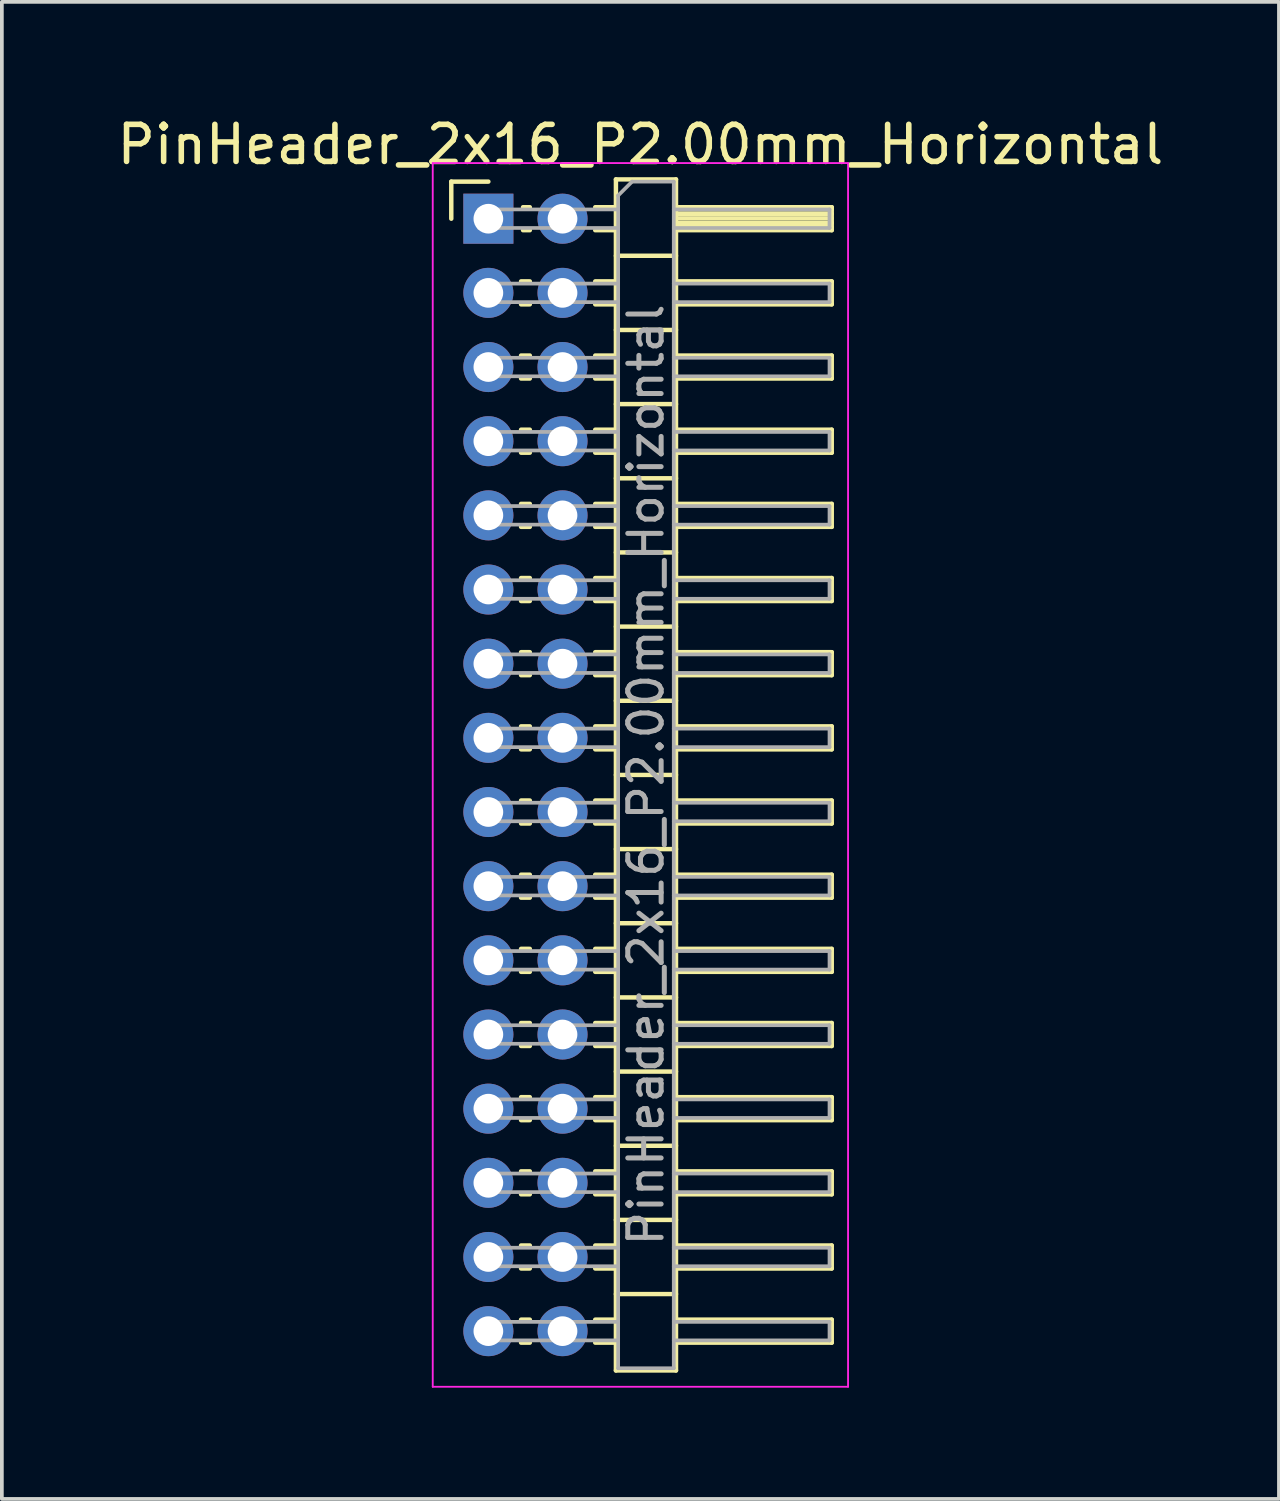
<source format=kicad_pcb>
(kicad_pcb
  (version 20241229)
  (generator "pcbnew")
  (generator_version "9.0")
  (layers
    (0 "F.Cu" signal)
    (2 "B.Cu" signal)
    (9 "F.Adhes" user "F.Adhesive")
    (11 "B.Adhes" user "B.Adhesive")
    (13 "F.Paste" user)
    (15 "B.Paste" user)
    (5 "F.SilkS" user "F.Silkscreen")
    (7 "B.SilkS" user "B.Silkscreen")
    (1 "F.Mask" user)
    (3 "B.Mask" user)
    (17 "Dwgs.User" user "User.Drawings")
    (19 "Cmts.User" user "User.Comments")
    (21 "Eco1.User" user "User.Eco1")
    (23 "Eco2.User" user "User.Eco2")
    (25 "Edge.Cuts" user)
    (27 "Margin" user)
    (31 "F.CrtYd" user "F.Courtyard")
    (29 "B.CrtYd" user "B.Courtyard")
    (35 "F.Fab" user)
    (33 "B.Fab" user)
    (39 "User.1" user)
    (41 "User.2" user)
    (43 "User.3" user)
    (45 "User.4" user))
  (footprint "PinHeader_2x16_P2.00mm_Horizontal"
    (layer "F.Cu")
    (at 10.12 2.848)
    (property "Reference" "PinHeader_2x16_P2.00mm_Horizontal" (at 4.1 -2 0) (layer "F.SilkS") (effects (font (size 1 1) (thickness 0.15))))
    (attr through_hole)
    (fp_line (start -1 -1) (end 0 -1) (stroke (width 0.12) (type solid)) (layer "F.SilkS"))
    (fp_line (start -1 0) (end -1 -1) (stroke (width 0.12) (type solid)) (layer "F.SilkS"))
    (fp_line (start 0.882 1.69) (end 1.118 1.69) (stroke (width 0.12) (type solid)) (layer "F.SilkS"))
    (fp_line (start 0.882 2.31) (end 1.118 2.31) (stroke (width 0.12) (type solid)) (layer "F.SilkS"))
    (fp_line (start 0.882 3.69) (end 1.118 3.69) (stroke (width 0.12) (type solid)) (layer "F.SilkS"))
    (fp_line (start 0.882 4.31) (end 1.118 4.31) (stroke (width 0.12) (type solid)) (layer "F.SilkS"))
    (fp_line (start 0.882 5.69) (end 1.118 5.69) (stroke (width 0.12) (type solid)) (layer "F.SilkS"))
    (fp_line (start 0.882 6.31) (end 1.118 6.31) (stroke (width 0.12) (type solid)) (layer "F.SilkS"))
    (fp_line (start 0.882 7.69) (end 1.118 7.69) (stroke (width 0.12) (type solid)) (layer "F.SilkS"))
    (fp_line (start 0.882 8.31) (end 1.118 8.31) (stroke (width 0.12) (type solid)) (layer "F.SilkS"))
    (fp_line (start 0.882 9.69) (end 1.118 9.69) (stroke (width 0.12) (type solid)) (layer "F.SilkS"))
    (fp_line (start 0.882 10.31) (end 1.118 10.31) (stroke (width 0.12) (type solid)) (layer "F.SilkS"))
    (fp_line (start 0.882 11.69) (end 1.118 11.69) (stroke (width 0.12) (type solid)) (layer "F.SilkS"))
    (fp_line (start 0.882 12.31) (end 1.118 12.31) (stroke (width 0.12) (type solid)) (layer "F.SilkS"))
    (fp_line (start 0.882 13.69) (end 1.118 13.69) (stroke (width 0.12) (type solid)) (layer "F.SilkS"))
    (fp_line (start 0.882 14.31) (end 1.118 14.31) (stroke (width 0.12) (type solid)) (layer "F.SilkS"))
    (fp_line (start 0.882 15.69) (end 1.118 15.69) (stroke (width 0.12) (type solid)) (layer "F.SilkS"))
    (fp_line (start 0.882 16.31) (end 1.118 16.31) (stroke (width 0.12) (type solid)) (layer "F.SilkS"))
    (fp_line (start 0.882 17.69) (end 1.118 17.69) (stroke (width 0.12) (type solid)) (layer "F.SilkS"))
    (fp_line (start 0.882 18.31) (end 1.118 18.31) (stroke (width 0.12) (type solid)) (layer "F.SilkS"))
    (fp_line (start 0.882 19.69) (end 1.118 19.69) (stroke (width 0.12) (type solid)) (layer "F.SilkS"))
    (fp_line (start 0.882 20.31) (end 1.118 20.31) (stroke (width 0.12) (type solid)) (layer "F.SilkS"))
    (fp_line (start 0.882 21.69) (end 1.118 21.69) (stroke (width 0.12) (type solid)) (layer "F.SilkS"))
    (fp_line (start 0.882 22.31) (end 1.118 22.31) (stroke (width 0.12) (type solid)) (layer "F.SilkS"))
    (fp_line (start 0.882 23.69) (end 1.118 23.69) (stroke (width 0.12) (type solid)) (layer "F.SilkS"))
    (fp_line (start 0.882 24.31) (end 1.118 24.31) (stroke (width 0.12) (type solid)) (layer "F.SilkS"))
    (fp_line (start 0.882 25.69) (end 1.118 25.69) (stroke (width 0.12) (type solid)) (layer "F.SilkS"))
    (fp_line (start 0.882 26.31) (end 1.118 26.31) (stroke (width 0.12) (type solid)) (layer "F.SilkS"))
    (fp_line (start 0.882 27.69) (end 1.118 27.69) (stroke (width 0.12) (type solid)) (layer "F.SilkS"))
    (fp_line (start 0.882 28.31) (end 1.118 28.31) (stroke (width 0.12) (type solid)) (layer "F.SilkS"))
    (fp_line (start 0.882 29.69) (end 1.118 29.69) (stroke (width 0.12) (type solid)) (layer "F.SilkS"))
    (fp_line (start 0.882 30.31) (end 1.118 30.31) (stroke (width 0.12) (type solid)) (layer "F.SilkS"))
    (fp_line (start 0.935 -0.31) (end 1.118 -0.31) (stroke (width 0.12) (type solid)) (layer "F.SilkS"))
    (fp_line (start 0.935 0.31) (end 1.118 0.31) (stroke (width 0.12) (type solid)) (layer "F.SilkS"))
    (fp_line (start 2.882 -0.31) (end 3.44 -0.31) (stroke (width 0.12) (type solid)) (layer "F.SilkS"))
    (fp_line (start 2.882 0.31) (end 3.44 0.31) (stroke (width 0.12) (type solid)) (layer "F.SilkS"))
    (fp_line (start 2.882 1.69) (end 3.44 1.69) (stroke (width 0.12) (type solid)) (layer "F.SilkS"))
    (fp_line (start 2.882 2.31) (end 3.44 2.31) (stroke (width 0.12) (type solid)) (layer "F.SilkS"))
    (fp_line (start 2.882 3.69) (end 3.44 3.69) (stroke (width 0.12) (type solid)) (layer "F.SilkS"))
    (fp_line (start 2.882 4.31) (end 3.44 4.31) (stroke (width 0.12) (type solid)) (layer "F.SilkS"))
    (fp_line (start 2.882 5.69) (end 3.44 5.69) (stroke (width 0.12) (type solid)) (layer "F.SilkS"))
    (fp_line (start 2.882 6.31) (end 3.44 6.31) (stroke (width 0.12) (type solid)) (layer "F.SilkS"))
    (fp_line (start 2.882 7.69) (end 3.44 7.69) (stroke (width 0.12) (type solid)) (layer "F.SilkS"))
    (fp_line (start 2.882 8.31) (end 3.44 8.31) (stroke (width 0.12) (type solid)) (layer "F.SilkS"))
    (fp_line (start 2.882 9.69) (end 3.44 9.69) (stroke (width 0.12) (type solid)) (layer "F.SilkS"))
    (fp_line (start 2.882 10.31) (end 3.44 10.31) (stroke (width 0.12) (type solid)) (layer "F.SilkS"))
    (fp_line (start 2.882 11.69) (end 3.44 11.69) (stroke (width 0.12) (type solid)) (layer "F.SilkS"))
    (fp_line (start 2.882 12.31) (end 3.44 12.31) (stroke (width 0.12) (type solid)) (layer "F.SilkS"))
    (fp_line (start 2.882 13.69) (end 3.44 13.69) (stroke (width 0.12) (type solid)) (layer "F.SilkS"))
    (fp_line (start 2.882 14.31) (end 3.44 14.31) (stroke (width 0.12) (type solid)) (layer "F.SilkS"))
    (fp_line (start 2.882 15.69) (end 3.44 15.69) (stroke (width 0.12) (type solid)) (layer "F.SilkS"))
    (fp_line (start 2.882 16.31) (end 3.44 16.31) (stroke (width 0.12) (type solid)) (layer "F.SilkS"))
    (fp_line (start 2.882 17.69) (end 3.44 17.69) (stroke (width 0.12) (type solid)) (layer "F.SilkS"))
    (fp_line (start 2.882 18.31) (end 3.44 18.31) (stroke (width 0.12) (type solid)) (layer "F.SilkS"))
    (fp_line (start 2.882 19.69) (end 3.44 19.69) (stroke (width 0.12) (type solid)) (layer "F.SilkS"))
    (fp_line (start 2.882 20.31) (end 3.44 20.31) (stroke (width 0.12) (type solid)) (layer "F.SilkS"))
    (fp_line (start 2.882 21.69) (end 3.44 21.69) (stroke (width 0.12) (type solid)) (layer "F.SilkS"))
    (fp_line (start 2.882 22.31) (end 3.44 22.31) (stroke (width 0.12) (type solid)) (layer "F.SilkS"))
    (fp_line (start 2.882 23.69) (end 3.44 23.69) (stroke (width 0.12) (type solid)) (layer "F.SilkS"))
    (fp_line (start 2.882 24.31) (end 3.44 24.31) (stroke (width 0.12) (type solid)) (layer "F.SilkS"))
    (fp_line (start 2.882 25.69) (end 3.44 25.69) (stroke (width 0.12) (type solid)) (layer "F.SilkS"))
    (fp_line (start 2.882 26.31) (end 3.44 26.31) (stroke (width 0.12) (type solid)) (layer "F.SilkS"))
    (fp_line (start 2.882 27.69) (end 3.44 27.69) (stroke (width 0.12) (type solid)) (layer "F.SilkS"))
    (fp_line (start 2.882 28.31) (end 3.44 28.31) (stroke (width 0.12) (type solid)) (layer "F.SilkS"))
    (fp_line (start 2.882 29.69) (end 3.44 29.69) (stroke (width 0.12) (type solid)) (layer "F.SilkS"))
    (fp_line (start 2.882 30.31) (end 3.44 30.31) (stroke (width 0.12) (type solid)) (layer "F.SilkS"))
    (fp_line (start 3.44 -1.06) (end 3.44 31.06) (stroke (width 0.12) (type solid)) (layer "F.SilkS"))
    (fp_line (start 3.44 1) (end 5.06 1) (stroke (width 0.12) (type solid)) (layer "F.SilkS"))
    (fp_line (start 3.44 3) (end 5.06 3) (stroke (width 0.12) (type solid)) (layer "F.SilkS"))
    (fp_line (start 3.44 5) (end 5.06 5) (stroke (width 0.12) (type solid)) (layer "F.SilkS"))
    (fp_line (start 3.44 7) (end 5.06 7) (stroke (width 0.12) (type solid)) (layer "F.SilkS"))
    (fp_line (start 3.44 9) (end 5.06 9) (stroke (width 0.12) (type solid)) (layer "F.SilkS"))
    (fp_line (start 3.44 11) (end 5.06 11) (stroke (width 0.12) (type solid)) (layer "F.SilkS"))
    (fp_line (start 3.44 13) (end 5.06 13) (stroke (width 0.12) (type solid)) (layer "F.SilkS"))
    (fp_line (start 3.44 15) (end 5.06 15) (stroke (width 0.12) (type solid)) (layer "F.SilkS"))
    (fp_line (start 3.44 17) (end 5.06 17) (stroke (width 0.12) (type solid)) (layer "F.SilkS"))
    (fp_line (start 3.44 19) (end 5.06 19) (stroke (width 0.12) (type solid)) (layer "F.SilkS"))
    (fp_line (start 3.44 21) (end 5.06 21) (stroke (width 0.12) (type solid)) (layer "F.SilkS"))
    (fp_line (start 3.44 23) (end 5.06 23) (stroke (width 0.12) (type solid)) (layer "F.SilkS"))
    (fp_line (start 3.44 25) (end 5.06 25) (stroke (width 0.12) (type solid)) (layer "F.SilkS"))
    (fp_line (start 3.44 27) (end 5.06 27) (stroke (width 0.12) (type solid)) (layer "F.SilkS"))
    (fp_line (start 3.44 29) (end 5.06 29) (stroke (width 0.12) (type solid)) (layer "F.SilkS"))
    (fp_line (start 3.44 31.06) (end 5.06 31.06) (stroke (width 0.12) (type solid)) (layer "F.SilkS"))
    (fp_line (start 5.06 -1.06) (end 3.44 -1.06) (stroke (width 0.12) (type solid)) (layer "F.SilkS"))
    (fp_line (start 5.06 -0.31) (end 9.26 -0.31) (stroke (width 0.12) (type solid)) (layer "F.SilkS"))
    (fp_line (start 5.06 -0.25) (end 9.26 -0.25) (stroke (width 0.12) (type solid)) (layer "F.SilkS"))
    (fp_line (start 5.06 -0.13) (end 9.26 -0.13) (stroke (width 0.12) (type solid)) (layer "F.SilkS"))
    (fp_line (start 5.06 -0.01) (end 9.26 -0.01) (stroke (width 0.12) (type solid)) (layer "F.SilkS"))
    (fp_line (start 5.06 0.11) (end 9.26 0.11) (stroke (width 0.12) (type solid)) (layer "F.SilkS"))
    (fp_line (start 5.06 0.23) (end 9.26 0.23) (stroke (width 0.12) (type solid)) (layer "F.SilkS"))
    (fp_line (start 5.06 1.69) (end 9.26 1.69) (stroke (width 0.12) (type solid)) (layer "F.SilkS"))
    (fp_line (start 5.06 3.69) (end 9.26 3.69) (stroke (width 0.12) (type solid)) (layer "F.SilkS"))
    (fp_line (start 5.06 5.69) (end 9.26 5.69) (stroke (width 0.12) (type solid)) (layer "F.SilkS"))
    (fp_line (start 5.06 7.69) (end 9.26 7.69) (stroke (width 0.12) (type solid)) (layer "F.SilkS"))
    (fp_line (start 5.06 9.69) (end 9.26 9.69) (stroke (width 0.12) (type solid)) (layer "F.SilkS"))
    (fp_line (start 5.06 11.69) (end 9.26 11.69) (stroke (width 0.12) (type solid)) (layer "F.SilkS"))
    (fp_line (start 5.06 13.69) (end 9.26 13.69) (stroke (width 0.12) (type solid)) (layer "F.SilkS"))
    (fp_line (start 5.06 15.69) (end 9.26 15.69) (stroke (width 0.12) (type solid)) (layer "F.SilkS"))
    (fp_line (start 5.06 17.69) (end 9.26 17.69) (stroke (width 0.12) (type solid)) (layer "F.SilkS"))
    (fp_line (start 5.06 19.69) (end 9.26 19.69) (stroke (width 0.12) (type solid)) (layer "F.SilkS"))
    (fp_line (start 5.06 21.69) (end 9.26 21.69) (stroke (width 0.12) (type solid)) (layer "F.SilkS"))
    (fp_line (start 5.06 23.69) (end 9.26 23.69) (stroke (width 0.12) (type solid)) (layer "F.SilkS"))
    (fp_line (start 5.06 25.69) (end 9.26 25.69) (stroke (width 0.12) (type solid)) (layer "F.SilkS"))
    (fp_line (start 5.06 27.69) (end 9.26 27.69) (stroke (width 0.12) (type solid)) (layer "F.SilkS"))
    (fp_line (start 5.06 29.69) (end 9.26 29.69) (stroke (width 0.12) (type solid)) (layer "F.SilkS"))
    (fp_line (start 5.06 31.06) (end 5.06 -1.06) (stroke (width 0.12) (type solid)) (layer "F.SilkS"))
    (fp_line (start 9.26 -0.31) (end 9.26 0.31) (stroke (width 0.12) (type solid)) (layer "F.SilkS"))
    (fp_line (start 9.26 0.31) (end 5.06 0.31) (stroke (width 0.12) (type solid)) (layer "F.SilkS"))
    (fp_line (start 9.26 1.69) (end 9.26 2.31) (stroke (width 0.12) (type solid)) (layer "F.SilkS"))
    (fp_line (start 9.26 2.31) (end 5.06 2.31) (stroke (width 0.12) (type solid)) (layer "F.SilkS"))
    (fp_line (start 9.26 3.69) (end 9.26 4.31) (stroke (width 0.12) (type solid)) (layer "F.SilkS"))
    (fp_line (start 9.26 4.31) (end 5.06 4.31) (stroke (width 0.12) (type solid)) (layer "F.SilkS"))
    (fp_line (start 9.26 5.69) (end 9.26 6.31) (stroke (width 0.12) (type solid)) (layer "F.SilkS"))
    (fp_line (start 9.26 6.31) (end 5.06 6.31) (stroke (width 0.12) (type solid)) (layer "F.SilkS"))
    (fp_line (start 9.26 7.69) (end 9.26 8.31) (stroke (width 0.12) (type solid)) (layer "F.SilkS"))
    (fp_line (start 9.26 8.31) (end 5.06 8.31) (stroke (width 0.12) (type solid)) (layer "F.SilkS"))
    (fp_line (start 9.26 9.69) (end 9.26 10.31) (stroke (width 0.12) (type solid)) (layer "F.SilkS"))
    (fp_line (start 9.26 10.31) (end 5.06 10.31) (stroke (width 0.12) (type solid)) (layer "F.SilkS"))
    (fp_line (start 9.26 11.69) (end 9.26 12.31) (stroke (width 0.12) (type solid)) (layer "F.SilkS"))
    (fp_line (start 9.26 12.31) (end 5.06 12.31) (stroke (width 0.12) (type solid)) (layer "F.SilkS"))
    (fp_line (start 9.26 13.69) (end 9.26 14.31) (stroke (width 0.12) (type solid)) (layer "F.SilkS"))
    (fp_line (start 9.26 14.31) (end 5.06 14.31) (stroke (width 0.12) (type solid)) (layer "F.SilkS"))
    (fp_line (start 9.26 15.69) (end 9.26 16.31) (stroke (width 0.12) (type solid)) (layer "F.SilkS"))
    (fp_line (start 9.26 16.31) (end 5.06 16.31) (stroke (width 0.12) (type solid)) (layer "F.SilkS"))
    (fp_line (start 9.26 17.69) (end 9.26 18.31) (stroke (width 0.12) (type solid)) (layer "F.SilkS"))
    (fp_line (start 9.26 18.31) (end 5.06 18.31) (stroke (width 0.12) (type solid)) (layer "F.SilkS"))
    (fp_line (start 9.26 19.69) (end 9.26 20.31) (stroke (width 0.12) (type solid)) (layer "F.SilkS"))
    (fp_line (start 9.26 20.31) (end 5.06 20.31) (stroke (width 0.12) (type solid)) (layer "F.SilkS"))
    (fp_line (start 9.26 21.69) (end 9.26 22.31) (stroke (width 0.12) (type solid)) (layer "F.SilkS"))
    (fp_line (start 9.26 22.31) (end 5.06 22.31) (stroke (width 0.12) (type solid)) (layer "F.SilkS"))
    (fp_line (start 9.26 23.69) (end 9.26 24.31) (stroke (width 0.12) (type solid)) (layer "F.SilkS"))
    (fp_line (start 9.26 24.31) (end 5.06 24.31) (stroke (width 0.12) (type solid)) (layer "F.SilkS"))
    (fp_line (start 9.26 25.69) (end 9.26 26.31) (stroke (width 0.12) (type solid)) (layer "F.SilkS"))
    (fp_line (start 9.26 26.31) (end 5.06 26.31) (stroke (width 0.12) (type solid)) (layer "F.SilkS"))
    (fp_line (start 9.26 27.69) (end 9.26 28.31) (stroke (width 0.12) (type solid)) (layer "F.SilkS"))
    (fp_line (start 9.26 28.31) (end 5.06 28.31) (stroke (width 0.12) (type solid)) (layer "F.SilkS"))
    (fp_line (start 9.26 29.69) (end 9.26 30.31) (stroke (width 0.12) (type solid)) (layer "F.SilkS"))
    (fp_line (start 9.26 30.31) (end 5.06 30.31) (stroke (width 0.12) (type solid)) (layer "F.SilkS"))
    (fp_line (start -1.5 -1.5) (end -1.5 31.5) (stroke (width 0.05) (type solid)) (layer "F.CrtYd"))
    (fp_line (start -1.5 31.5) (end 9.7 31.5) (stroke (width 0.05) (type solid)) (layer "F.CrtYd"))
    (fp_line (start 9.7 -1.5) (end -1.5 -1.5) (stroke (width 0.05) (type solid)) (layer "F.CrtYd"))
    (fp_line (start 9.7 31.5) (end 9.7 -1.5) (stroke (width 0.05) (type solid)) (layer "F.CrtYd"))
    (fp_line (start -0.25 -0.25) (end -0.25 0.25) (stroke (width 0.1) (type solid)) (layer "F.Fab"))
    (fp_line (start -0.25 -0.25) (end 3.5 -0.25) (stroke (width 0.1) (type solid)) (layer "F.Fab"))
    (fp_line (start -0.25 0.25) (end 3.5 0.25) (stroke (width 0.1) (type solid)) (layer "F.Fab"))
    (fp_line (start -0.25 1.75) (end -0.25 2.25) (stroke (width 0.1) (type solid)) (layer "F.Fab"))
    (fp_line (start -0.25 1.75) (end 3.5 1.75) (stroke (width 0.1) (type solid)) (layer "F.Fab"))
    (fp_line (start -0.25 2.25) (end 3.5 2.25) (stroke (width 0.1) (type solid)) (layer "F.Fab"))
    (fp_line (start -0.25 3.75) (end -0.25 4.25) (stroke (width 0.1) (type solid)) (layer "F.Fab"))
    (fp_line (start -0.25 3.75) (end 3.5 3.75) (stroke (width 0.1) (type solid)) (layer "F.Fab"))
    (fp_line (start -0.25 4.25) (end 3.5 4.25) (stroke (width 0.1) (type solid)) (layer "F.Fab"))
    (fp_line (start -0.25 5.75) (end -0.25 6.25) (stroke (width 0.1) (type solid)) (layer "F.Fab"))
    (fp_line (start -0.25 5.75) (end 3.5 5.75) (stroke (width 0.1) (type solid)) (layer "F.Fab"))
    (fp_line (start -0.25 6.25) (end 3.5 6.25) (stroke (width 0.1) (type solid)) (layer "F.Fab"))
    (fp_line (start -0.25 7.75) (end -0.25 8.25) (stroke (width 0.1) (type solid)) (layer "F.Fab"))
    (fp_line (start -0.25 7.75) (end 3.5 7.75) (stroke (width 0.1) (type solid)) (layer "F.Fab"))
    (fp_line (start -0.25 8.25) (end 3.5 8.25) (stroke (width 0.1) (type solid)) (layer "F.Fab"))
    (fp_line (start -0.25 9.75) (end -0.25 10.25) (stroke (width 0.1) (type solid)) (layer "F.Fab"))
    (fp_line (start -0.25 9.75) (end 3.5 9.75) (stroke (width 0.1) (type solid)) (layer "F.Fab"))
    (fp_line (start -0.25 10.25) (end 3.5 10.25) (stroke (width 0.1) (type solid)) (layer "F.Fab"))
    (fp_line (start -0.25 11.75) (end -0.25 12.25) (stroke (width 0.1) (type solid)) (layer "F.Fab"))
    (fp_line (start -0.25 11.75) (end 3.5 11.75) (stroke (width 0.1) (type solid)) (layer "F.Fab"))
    (fp_line (start -0.25 12.25) (end 3.5 12.25) (stroke (width 0.1) (type solid)) (layer "F.Fab"))
    (fp_line (start -0.25 13.75) (end -0.25 14.25) (stroke (width 0.1) (type solid)) (layer "F.Fab"))
    (fp_line (start -0.25 13.75) (end 3.5 13.75) (stroke (width 0.1) (type solid)) (layer "F.Fab"))
    (fp_line (start -0.25 14.25) (end 3.5 14.25) (stroke (width 0.1) (type solid)) (layer "F.Fab"))
    (fp_line (start -0.25 15.75) (end -0.25 16.25) (stroke (width 0.1) (type solid)) (layer "F.Fab"))
    (fp_line (start -0.25 15.75) (end 3.5 15.75) (stroke (width 0.1) (type solid)) (layer "F.Fab"))
    (fp_line (start -0.25 16.25) (end 3.5 16.25) (stroke (width 0.1) (type solid)) (layer "F.Fab"))
    (fp_line (start -0.25 17.75) (end -0.25 18.25) (stroke (width 0.1) (type solid)) (layer "F.Fab"))
    (fp_line (start -0.25 17.75) (end 3.5 17.75) (stroke (width 0.1) (type solid)) (layer "F.Fab"))
    (fp_line (start -0.25 18.25) (end 3.5 18.25) (stroke (width 0.1) (type solid)) (layer "F.Fab"))
    (fp_line (start -0.25 19.75) (end -0.25 20.25) (stroke (width 0.1) (type solid)) (layer "F.Fab"))
    (fp_line (start -0.25 19.75) (end 3.5 19.75) (stroke (width 0.1) (type solid)) (layer "F.Fab"))
    (fp_line (start -0.25 20.25) (end 3.5 20.25) (stroke (width 0.1) (type solid)) (layer "F.Fab"))
    (fp_line (start -0.25 21.75) (end -0.25 22.25) (stroke (width 0.1) (type solid)) (layer "F.Fab"))
    (fp_line (start -0.25 21.75) (end 3.5 21.75) (stroke (width 0.1) (type solid)) (layer "F.Fab"))
    (fp_line (start -0.25 22.25) (end 3.5 22.25) (stroke (width 0.1) (type solid)) (layer "F.Fab"))
    (fp_line (start -0.25 23.75) (end -0.25 24.25) (stroke (width 0.1) (type solid)) (layer "F.Fab"))
    (fp_line (start -0.25 23.75) (end 3.5 23.75) (stroke (width 0.1) (type solid)) (layer "F.Fab"))
    (fp_line (start -0.25 24.25) (end 3.5 24.25) (stroke (width 0.1) (type solid)) (layer "F.Fab"))
    (fp_line (start -0.25 25.75) (end -0.25 26.25) (stroke (width 0.1) (type solid)) (layer "F.Fab"))
    (fp_line (start -0.25 25.75) (end 3.5 25.75) (stroke (width 0.1) (type solid)) (layer "F.Fab"))
    (fp_line (start -0.25 26.25) (end 3.5 26.25) (stroke (width 0.1) (type solid)) (layer "F.Fab"))
    (fp_line (start -0.25 27.75) (end -0.25 28.25) (stroke (width 0.1) (type solid)) (layer "F.Fab"))
    (fp_line (start -0.25 27.75) (end 3.5 27.75) (stroke (width 0.1) (type solid)) (layer "F.Fab"))
    (fp_line (start -0.25 28.25) (end 3.5 28.25) (stroke (width 0.1) (type solid)) (layer "F.Fab"))
    (fp_line (start -0.25 29.75) (end -0.25 30.25) (stroke (width 0.1) (type solid)) (layer "F.Fab"))
    (fp_line (start -0.25 29.75) (end 3.5 29.75) (stroke (width 0.1) (type solid)) (layer "F.Fab"))
    (fp_line (start -0.25 30.25) (end 3.5 30.25) (stroke (width 0.1) (type solid)) (layer "F.Fab"))
    (fp_line (start 3.5 -0.625) (end 3.875 -1) (stroke (width 0.1) (type solid)) (layer "F.Fab"))
    (fp_line (start 3.5 31) (end 3.5 -0.625) (stroke (width 0.1) (type solid)) (layer "F.Fab"))
    (fp_line (start 3.875 -1) (end 5 -1) (stroke (width 0.1) (type solid)) (layer "F.Fab"))
    (fp_line (start 5 -1) (end 5 31) (stroke (width 0.1) (type solid)) (layer "F.Fab"))
    (fp_line (start 5 -0.25) (end 9.2 -0.25) (stroke (width 0.1) (type solid)) (layer "F.Fab"))
    (fp_line (start 5 0.25) (end 9.2 0.25) (stroke (width 0.1) (type solid)) (layer "F.Fab"))
    (fp_line (start 5 1.75) (end 9.2 1.75) (stroke (width 0.1) (type solid)) (layer "F.Fab"))
    (fp_line (start 5 2.25) (end 9.2 2.25) (stroke (width 0.1) (type solid)) (layer "F.Fab"))
    (fp_line (start 5 3.75) (end 9.2 3.75) (stroke (width 0.1) (type solid)) (layer "F.Fab"))
    (fp_line (start 5 4.25) (end 9.2 4.25) (stroke (width 0.1) (type solid)) (layer "F.Fab"))
    (fp_line (start 5 5.75) (end 9.2 5.75) (stroke (width 0.1) (type solid)) (layer "F.Fab"))
    (fp_line (start 5 6.25) (end 9.2 6.25) (stroke (width 0.1) (type solid)) (layer "F.Fab"))
    (fp_line (start 5 7.75) (end 9.2 7.75) (stroke (width 0.1) (type solid)) (layer "F.Fab"))
    (fp_line (start 5 8.25) (end 9.2 8.25) (stroke (width 0.1) (type solid)) (layer "F.Fab"))
    (fp_line (start 5 9.75) (end 9.2 9.75) (stroke (width 0.1) (type solid)) (layer "F.Fab"))
    (fp_line (start 5 10.25) (end 9.2 10.25) (stroke (width 0.1) (type solid)) (layer "F.Fab"))
    (fp_line (start 5 11.75) (end 9.2 11.75) (stroke (width 0.1) (type solid)) (layer "F.Fab"))
    (fp_line (start 5 12.25) (end 9.2 12.25) (stroke (width 0.1) (type solid)) (layer "F.Fab"))
    (fp_line (start 5 13.75) (end 9.2 13.75) (stroke (width 0.1) (type solid)) (layer "F.Fab"))
    (fp_line (start 5 14.25) (end 9.2 14.25) (stroke (width 0.1) (type solid)) (layer "F.Fab"))
    (fp_line (start 5 15.75) (end 9.2 15.75) (stroke (width 0.1) (type solid)) (layer "F.Fab"))
    (fp_line (start 5 16.25) (end 9.2 16.25) (stroke (width 0.1) (type solid)) (layer "F.Fab"))
    (fp_line (start 5 17.75) (end 9.2 17.75) (stroke (width 0.1) (type solid)) (layer "F.Fab"))
    (fp_line (start 5 18.25) (end 9.2 18.25) (stroke (width 0.1) (type solid)) (layer "F.Fab"))
    (fp_line (start 5 19.75) (end 9.2 19.75) (stroke (width 0.1) (type solid)) (layer "F.Fab"))
    (fp_line (start 5 20.25) (end 9.2 20.25) (stroke (width 0.1) (type solid)) (layer "F.Fab"))
    (fp_line (start 5 21.75) (end 9.2 21.75) (stroke (width 0.1) (type solid)) (layer "F.Fab"))
    (fp_line (start 5 22.25) (end 9.2 22.25) (stroke (width 0.1) (type solid)) (layer "F.Fab"))
    (fp_line (start 5 23.75) (end 9.2 23.75) (stroke (width 0.1) (type solid)) (layer "F.Fab"))
    (fp_line (start 5 24.25) (end 9.2 24.25) (stroke (width 0.1) (type solid)) (layer "F.Fab"))
    (fp_line (start 5 25.75) (end 9.2 25.75) (stroke (width 0.1) (type solid)) (layer "F.Fab"))
    (fp_line (start 5 26.25) (end 9.2 26.25) (stroke (width 0.1) (type solid)) (layer "F.Fab"))
    (fp_line (start 5 27.75) (end 9.2 27.75) (stroke (width 0.1) (type solid)) (layer "F.Fab"))
    (fp_line (start 5 28.25) (end 9.2 28.25) (stroke (width 0.1) (type solid)) (layer "F.Fab"))
    (fp_line (start 5 29.75) (end 9.2 29.75) (stroke (width 0.1) (type solid)) (layer "F.Fab"))
    (fp_line (start 5 30.25) (end 9.2 30.25) (stroke (width 0.1) (type solid)) (layer "F.Fab"))
    (fp_line (start 5 31) (end 3.5 31) (stroke (width 0.1) (type solid)) (layer "F.Fab"))
    (fp_line (start 9.2 -0.25) (end 9.2 0.25) (stroke (width 0.1) (type solid)) (layer "F.Fab"))
    (fp_line (start 9.2 1.75) (end 9.2 2.25) (stroke (width 0.1) (type solid)) (layer "F.Fab"))
    (fp_line (start 9.2 3.75) (end 9.2 4.25) (stroke (width 0.1) (type solid)) (layer "F.Fab"))
    (fp_line (start 9.2 5.75) (end 9.2 6.25) (stroke (width 0.1) (type solid)) (layer "F.Fab"))
    (fp_line (start 9.2 7.75) (end 9.2 8.25) (stroke (width 0.1) (type solid)) (layer "F.Fab"))
    (fp_line (start 9.2 9.75) (end 9.2 10.25) (stroke (width 0.1) (type solid)) (layer "F.Fab"))
    (fp_line (start 9.2 11.75) (end 9.2 12.25) (stroke (width 0.1) (type solid)) (layer "F.Fab"))
    (fp_line (start 9.2 13.75) (end 9.2 14.25) (stroke (width 0.1) (type solid)) (layer "F.Fab"))
    (fp_line (start 9.2 15.75) (end 9.2 16.25) (stroke (width 0.1) (type solid)) (layer "F.Fab"))
    (fp_line (start 9.2 17.75) (end 9.2 18.25) (stroke (width 0.1) (type solid)) (layer "F.Fab"))
    (fp_line (start 9.2 19.75) (end 9.2 20.25) (stroke (width 0.1) (type solid)) (layer "F.Fab"))
    (fp_line (start 9.2 21.75) (end 9.2 22.25) (stroke (width 0.1) (type solid)) (layer "F.Fab"))
    (fp_line (start 9.2 23.75) (end 9.2 24.25) (stroke (width 0.1) (type solid)) (layer "F.Fab"))
    (fp_line (start 9.2 25.75) (end 9.2 26.25) (stroke (width 0.1) (type solid)) (layer "F.Fab"))
    (fp_line (start 9.2 27.75) (end 9.2 28.25) (stroke (width 0.1) (type solid)) (layer "F.Fab"))
    (fp_line (start 9.2 29.75) (end 9.2 30.25) (stroke (width 0.1) (type solid)) (layer "F.Fab"))
    (fp_text user "${REFERENCE}" (at 4.25 15 90) (layer "F.Fab") (effects (font (size 0.9 0.9) (thickness 0.135))))
    (pad "1" thru_hole rect (at 0 0) (size 1.35 1.35) (drill 0.8) (layers "*.Cu" "*.Mask"))
    (pad "2" thru_hole oval (at 2 0) (size 1.35 1.35) (drill 0.8) (layers "*.Cu" "*.Mask"))
    (pad "3" thru_hole oval (at 0 2) (size 1.35 1.35) (drill 0.8) (layers "*.Cu" "*.Mask"))
    (pad "4" thru_hole oval (at 2 2) (size 1.35 1.35) (drill 0.8) (layers "*.Cu" "*.Mask"))
    (pad "5" thru_hole oval (at 0 4) (size 1.35 1.35) (drill 0.8) (layers "*.Cu" "*.Mask"))
    (pad "6" thru_hole oval (at 2 4) (size 1.35 1.35) (drill 0.8) (layers "*.Cu" "*.Mask"))
    (pad "7" thru_hole oval (at 0 6) (size 1.35 1.35) (drill 0.8) (layers "*.Cu" "*.Mask"))
    (pad "8" thru_hole oval (at 2 6) (size 1.35 1.35) (drill 0.8) (layers "*.Cu" "*.Mask"))
    (pad "9" thru_hole oval (at 0 8) (size 1.35 1.35) (drill 0.8) (layers "*.Cu" "*.Mask"))
    (pad "10" thru_hole oval (at 2 8) (size 1.35 1.35) (drill 0.8) (layers "*.Cu" "*.Mask"))
    (pad "11" thru_hole oval (at 0 10) (size 1.35 1.35) (drill 0.8) (layers "*.Cu" "*.Mask"))
    (pad "12" thru_hole oval (at 2 10) (size 1.35 1.35) (drill 0.8) (layers "*.Cu" "*.Mask"))
    (pad "13" thru_hole oval (at 0 12) (size 1.35 1.35) (drill 0.8) (layers "*.Cu" "*.Mask"))
    (pad "14" thru_hole oval (at 2 12) (size 1.35 1.35) (drill 0.8) (layers "*.Cu" "*.Mask"))
    (pad "15" thru_hole oval (at 0 14) (size 1.35 1.35) (drill 0.8) (layers "*.Cu" "*.Mask"))
    (pad "16" thru_hole oval (at 2 14) (size 1.35 1.35) (drill 0.8) (layers "*.Cu" "*.Mask"))
    (pad "17" thru_hole oval (at 0 16) (size 1.35 1.35) (drill 0.8) (layers "*.Cu" "*.Mask"))
    (pad "18" thru_hole oval (at 2 16) (size 1.35 1.35) (drill 0.8) (layers "*.Cu" "*.Mask"))
    (pad "19" thru_hole oval (at 0 18) (size 1.35 1.35) (drill 0.8) (layers "*.Cu" "*.Mask"))
    (pad "20" thru_hole oval (at 2 18) (size 1.35 1.35) (drill 0.8) (layers "*.Cu" "*.Mask"))
    (pad "21" thru_hole oval (at 0 20) (size 1.35 1.35) (drill 0.8) (layers "*.Cu" "*.Mask"))
    (pad "22" thru_hole oval (at 2 20) (size 1.35 1.35) (drill 0.8) (layers "*.Cu" "*.Mask"))
    (pad "23" thru_hole oval (at 0 22) (size 1.35 1.35) (drill 0.8) (layers "*.Cu" "*.Mask"))
    (pad "24" thru_hole oval (at 2 22) (size 1.35 1.35) (drill 0.8) (layers "*.Cu" "*.Mask"))
    (pad "25" thru_hole oval (at 0 24) (size 1.35 1.35) (drill 0.8) (layers "*.Cu" "*.Mask"))
    (pad "26" thru_hole oval (at 2 24) (size 1.35 1.35) (drill 0.8) (layers "*.Cu" "*.Mask"))
    (pad "27" thru_hole oval (at 0 26) (size 1.35 1.35) (drill 0.8) (layers "*.Cu" "*.Mask"))
    (pad "28" thru_hole oval (at 2 26) (size 1.35 1.35) (drill 0.8) (layers "*.Cu" "*.Mask"))
    (pad "29" thru_hole oval (at 0 28) (size 1.35 1.35) (drill 0.8) (layers "*.Cu" "*.Mask"))
    (pad "30" thru_hole oval (at 2 28) (size 1.35 1.35) (drill 0.8) (layers "*.Cu" "*.Mask"))
    (pad "31" thru_hole oval (at 0 30) (size 1.35 1.35) (drill 0.8) (layers "*.Cu" "*.Mask"))
    (pad "32" thru_hole oval (at 2 30) (size 1.35 1.35) (drill 0.8) (layers "*.Cu" "*.Mask")))
  (gr_rect
    (start -3 -3)
    (end 31.44 37.373)
    (stroke (width 0.1) (type default))
    (fill no)
    (layer "Edge.Cuts")))
</source>
